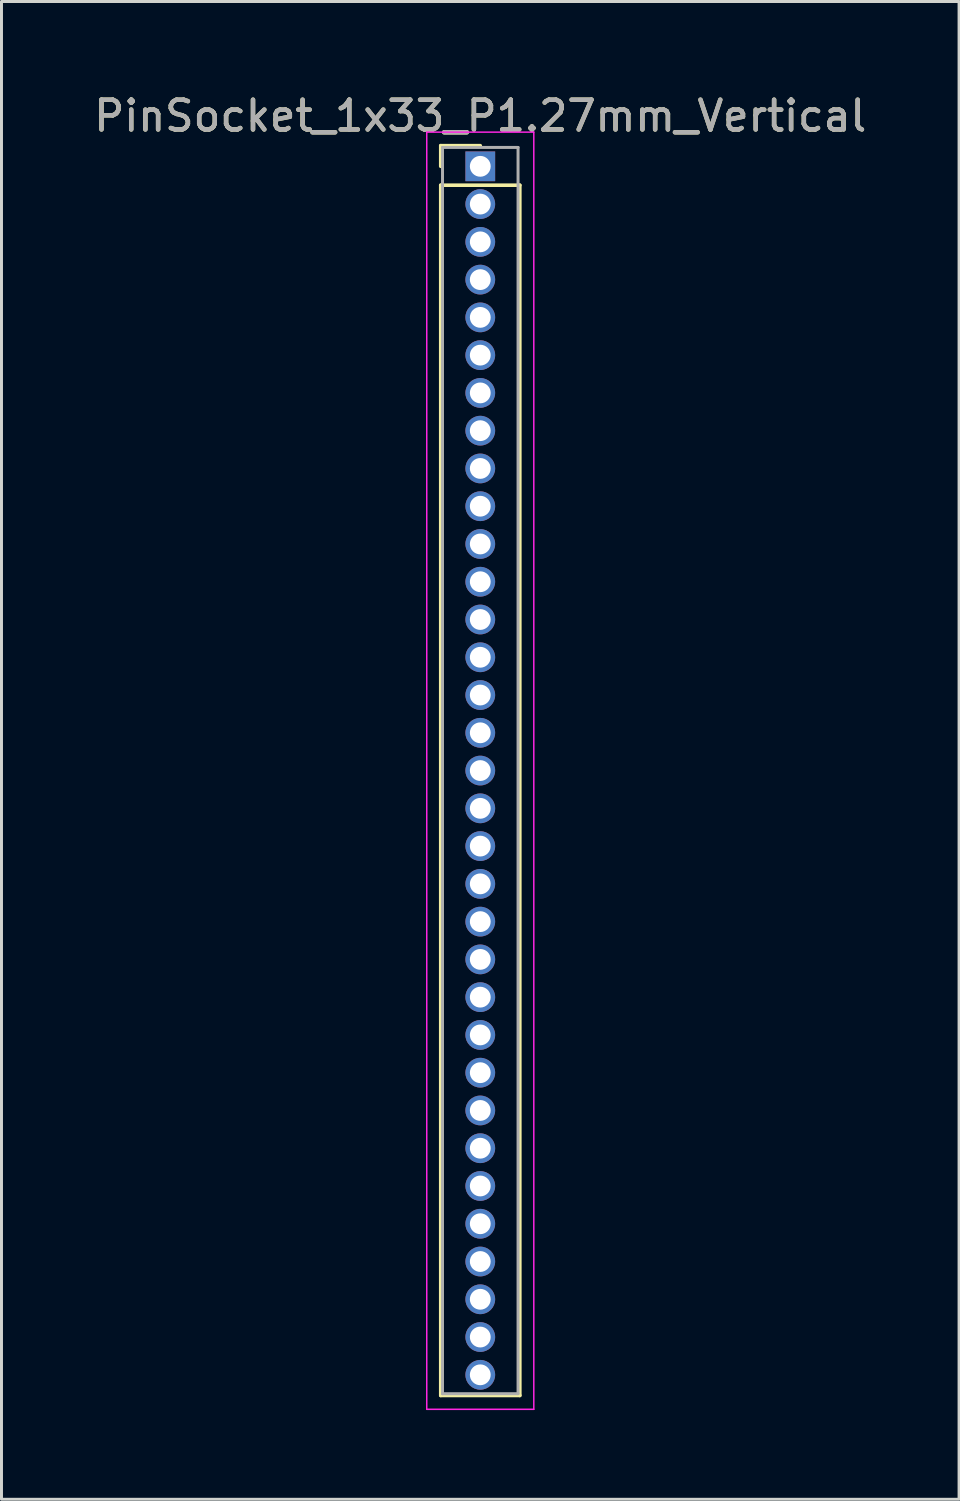
<source format=kicad_pcb>
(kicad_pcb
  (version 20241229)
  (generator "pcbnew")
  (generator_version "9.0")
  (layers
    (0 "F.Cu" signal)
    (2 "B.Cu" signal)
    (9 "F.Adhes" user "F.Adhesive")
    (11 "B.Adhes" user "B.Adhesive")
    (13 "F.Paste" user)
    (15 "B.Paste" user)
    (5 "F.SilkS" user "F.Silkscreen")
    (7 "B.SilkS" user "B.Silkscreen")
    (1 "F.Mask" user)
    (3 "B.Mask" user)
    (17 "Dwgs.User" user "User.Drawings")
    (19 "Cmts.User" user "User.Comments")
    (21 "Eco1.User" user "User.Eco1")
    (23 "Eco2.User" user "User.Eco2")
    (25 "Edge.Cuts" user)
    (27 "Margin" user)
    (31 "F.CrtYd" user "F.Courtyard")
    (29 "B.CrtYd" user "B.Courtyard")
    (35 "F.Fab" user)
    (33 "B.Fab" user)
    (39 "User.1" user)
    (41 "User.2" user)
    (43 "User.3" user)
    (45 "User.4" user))
  (footprint "PinSocket_1x33_P1.27mm_Vertical"
    (layer "F.Cu")
    (at 13.101 2.543)
    (property "Reference" "PinSocket_1x33_P1.27mm_Vertical" (at 0 -1.695 0) (layer "F.SilkS") (effects (font (size 1 1) (thickness 0.15))))
    (attr through_hole)
    (fp_line (start -1.33 -0.695) (end 0 -0.695) (stroke (width 0.12) (type solid)) (layer "F.SilkS"))
    (fp_line (start -1.33 0) (end -1.33 -0.695) (stroke (width 0.12) (type solid)) (layer "F.SilkS"))
    (fp_line (start -1.33 0.635) (end -1.33 41.335) (stroke (width 0.12) (type solid)) (layer "F.SilkS"))
    (fp_line (start -1.33 41.335) (end 1.33 41.335) (stroke (width 0.12) (type solid)) (layer "F.SilkS"))
    (fp_line (start 1.33 0.635) (end -1.33 0.635) (stroke (width 0.12) (type solid)) (layer "F.SilkS"))
    (fp_line (start 1.33 41.335) (end 1.33 0.635) (stroke (width 0.12) (type solid)) (layer "F.SilkS"))
    (fp_line (start -1.8 -1.15) (end -1.8 41.8) (stroke (width 0.05) (type solid)) (layer "F.CrtYd"))
    (fp_line (start -1.8 41.8) (end 1.8 41.8) (stroke (width 0.05) (type solid)) (layer "F.CrtYd"))
    (fp_line (start 1.8 -1.15) (end -1.8 -1.15) (stroke (width 0.05) (type solid)) (layer "F.CrtYd"))
    (fp_line (start 1.8 41.8) (end 1.8 -1.15) (stroke (width 0.05) (type solid)) (layer "F.CrtYd"))
    (fp_line (start -1.27 -0.635) (end -1.27 41.275) (stroke (width 0.1) (type solid)) (layer "F.Fab"))
    (fp_line (start -1.27 41.275) (end 1.27 41.275) (stroke (width 0.1) (type solid)) (layer "F.Fab"))
    (fp_line (start 1.27 -0.635) (end -1.27 -0.635) (stroke (width 0.1) (type solid)) (layer "F.Fab"))
    (fp_line (start 1.27 41.275) (end 1.27 -0.635) (stroke (width 0.1) (type solid)) (layer "F.Fab"))
    (fp_text user "${REFERENCE}" (at 0 -1.695 0) (layer "F.Fab") (effects (font (size 1 1) (thickness 0.15))))
    (pad "1" thru_hole rect (at 0 0) (size 1 1) (drill 0.7) (layers "*.Cu" "*.Mask"))
    (pad "2" thru_hole oval (at 0 1.27) (size 1 1) (drill 0.7) (layers "*.Cu" "*.Mask"))
    (pad "3" thru_hole oval (at 0 2.54) (size 1 1) (drill 0.7) (layers "*.Cu" "*.Mask"))
    (pad "4" thru_hole oval (at 0 3.81) (size 1 1) (drill 0.7) (layers "*.Cu" "*.Mask"))
    (pad "5" thru_hole oval (at 0 5.08) (size 1 1) (drill 0.7) (layers "*.Cu" "*.Mask"))
    (pad "6" thru_hole oval (at 0 6.35) (size 1 1) (drill 0.7) (layers "*.Cu" "*.Mask"))
    (pad "7" thru_hole oval (at 0 7.62) (size 1 1) (drill 0.7) (layers "*.Cu" "*.Mask"))
    (pad "8" thru_hole oval (at 0 8.89) (size 1 1) (drill 0.7) (layers "*.Cu" "*.Mask"))
    (pad "9" thru_hole oval (at 0 10.16) (size 1 1) (drill 0.7) (layers "*.Cu" "*.Mask"))
    (pad "10" thru_hole oval (at 0 11.43) (size 1 1) (drill 0.7) (layers "*.Cu" "*.Mask"))
    (pad "11" thru_hole oval (at 0 12.7) (size 1 1) (drill 0.7) (layers "*.Cu" "*.Mask"))
    (pad "12" thru_hole oval (at 0 13.97) (size 1 1) (drill 0.7) (layers "*.Cu" "*.Mask"))
    (pad "13" thru_hole oval (at 0 15.24) (size 1 1) (drill 0.7) (layers "*.Cu" "*.Mask"))
    (pad "14" thru_hole oval (at 0 16.51) (size 1 1) (drill 0.7) (layers "*.Cu" "*.Mask"))
    (pad "15" thru_hole oval (at 0 17.78) (size 1 1) (drill 0.7) (layers "*.Cu" "*.Mask"))
    (pad "16" thru_hole oval (at 0 19.05) (size 1 1) (drill 0.7) (layers "*.Cu" "*.Mask"))
    (pad "17" thru_hole oval (at 0 20.32) (size 1 1) (drill 0.7) (layers "*.Cu" "*.Mask"))
    (pad "18" thru_hole oval (at 0 21.59) (size 1 1) (drill 0.7) (layers "*.Cu" "*.Mask"))
    (pad "19" thru_hole oval (at 0 22.86) (size 1 1) (drill 0.7) (layers "*.Cu" "*.Mask"))
    (pad "20" thru_hole oval (at 0 24.13) (size 1 1) (drill 0.7) (layers "*.Cu" "*.Mask"))
    (pad "21" thru_hole oval (at 0 25.4) (size 1 1) (drill 0.7) (layers "*.Cu" "*.Mask"))
    (pad "22" thru_hole oval (at 0 26.67) (size 1 1) (drill 0.7) (layers "*.Cu" "*.Mask"))
    (pad "23" thru_hole oval (at 0 27.94) (size 1 1) (drill 0.7) (layers "*.Cu" "*.Mask"))
    (pad "24" thru_hole oval (at 0 29.21) (size 1 1) (drill 0.7) (layers "*.Cu" "*.Mask"))
    (pad "25" thru_hole oval (at 0 30.48) (size 1 1) (drill 0.7) (layers "*.Cu" "*.Mask"))
    (pad "26" thru_hole oval (at 0 31.75) (size 1 1) (drill 0.7) (layers "*.Cu" "*.Mask"))
    (pad "27" thru_hole oval (at 0 33.02) (size 1 1) (drill 0.7) (layers "*.Cu" "*.Mask"))
    (pad "28" thru_hole oval (at 0 34.29) (size 1 1) (drill 0.7) (layers "*.Cu" "*.Mask"))
    (pad "29" thru_hole oval (at 0 35.56) (size 1 1) (drill 0.7) (layers "*.Cu" "*.Mask"))
    (pad "30" thru_hole oval (at 0 36.83) (size 1 1) (drill 0.7) (layers "*.Cu" "*.Mask"))
    (pad "31" thru_hole oval (at 0 38.1) (size 1 1) (drill 0.7) (layers "*.Cu" "*.Mask"))
    (pad "32" thru_hole oval (at 0 39.37) (size 1 1) (drill 0.7) (layers "*.Cu" "*.Mask"))
    (pad "33" thru_hole oval (at 0 40.64) (size 1 1) (drill 0.7) (layers "*.Cu" "*.Mask")))
  (gr_rect
    (start -3 -3)
    (end 29.202 47.368)
    (stroke (width 0.1) (type default))
    (fill no)
    (layer "Edge.Cuts")))
</source>
